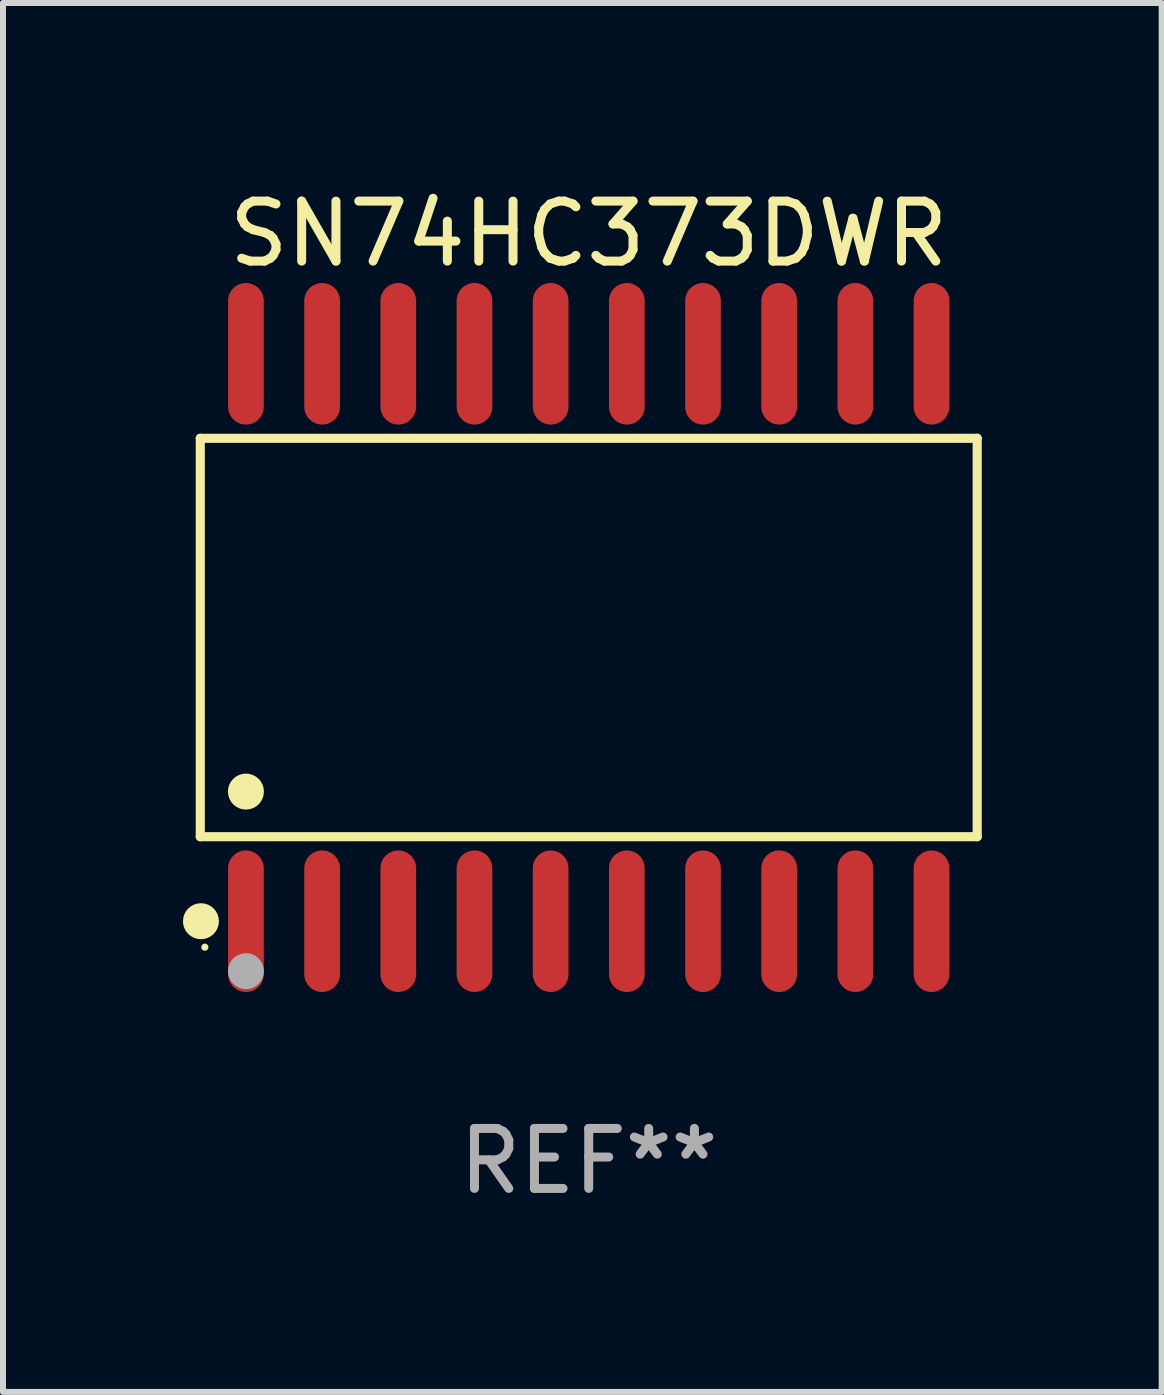
<source format=kicad_pcb>
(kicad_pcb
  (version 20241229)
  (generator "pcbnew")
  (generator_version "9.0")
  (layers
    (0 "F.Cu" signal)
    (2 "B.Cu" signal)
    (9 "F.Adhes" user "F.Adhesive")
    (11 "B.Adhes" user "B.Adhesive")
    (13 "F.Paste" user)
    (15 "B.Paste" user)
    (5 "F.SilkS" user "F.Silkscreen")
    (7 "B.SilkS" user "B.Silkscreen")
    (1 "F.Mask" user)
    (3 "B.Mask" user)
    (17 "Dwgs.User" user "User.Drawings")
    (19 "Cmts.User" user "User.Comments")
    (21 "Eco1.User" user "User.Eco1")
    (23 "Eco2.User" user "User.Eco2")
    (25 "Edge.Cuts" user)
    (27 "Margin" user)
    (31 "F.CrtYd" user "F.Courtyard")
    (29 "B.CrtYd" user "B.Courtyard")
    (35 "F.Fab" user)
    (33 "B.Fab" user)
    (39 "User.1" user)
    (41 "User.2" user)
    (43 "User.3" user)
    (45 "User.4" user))
  (footprint "SN74HC373DWR"
    (layer "F.Cu")
    (at 6.765 7.578)
    (property "Reference" "SN74HC373DWR" (at 0 -6.73 0) (layer "F.SilkS") (effects (font (size 1 1) (thickness 0.15))))
    (attr through_hole)
    (fp_line (start -6.476 -3.321) (end 6.476 -3.321) (stroke (width 0.152) (type solid)) (layer "F.SilkS"))
    (fp_line (start -6.476 3.321) (end -6.476 -3.321) (stroke (width 0.152) (type solid)) (layer "F.SilkS"))
    (fp_line (start 6.476 -3.321) (end 6.476 3.321) (stroke (width 0.152) (type solid)) (layer "F.SilkS"))
    (fp_line (start 6.476 3.321) (end -6.476 3.321) (stroke (width 0.152) (type solid)) (layer "F.SilkS"))
    (fp_circle (center -6.465 4.73) (end -6.315 4.73) (stroke (width 0.3) (type solid)) (fill no) (layer "F.SilkS"))
    (fp_circle (center -6.4 5.163) (end -6.37 5.163) (stroke (width 0.06) (type solid)) (fill no) (layer "F.SilkS"))
    (fp_circle (center -5.715 2.569) (end -5.565 2.569) (stroke (width 0.3) (type solid)) (fill no) (layer "F.SilkS"))
    (fp_circle (center -5.715 5.563) (end -5.565 5.563) (stroke (width 0.3) (type solid)) (fill no) (layer "F.Fab"))
    (fp_text user "REF**" (at 0 8.73 0) (layer "F.Fab") (effects (font (size 1 1) (thickness 0.15))))
    (pad "1" smd oval (at -5.715 4.73) (size 0.595 2.36) (layers "F.Cu" "F.Mask" "F.Paste"))
    (pad "2" smd oval (at -4.445 4.73) (size 0.595 2.36) (layers "F.Cu" "F.Mask" "F.Paste"))
    (pad "3" smd oval (at -3.175 4.73) (size 0.595 2.36) (layers "F.Cu" "F.Mask" "F.Paste"))
    (pad "4" smd oval (at -1.905 4.73) (size 0.595 2.36) (layers "F.Cu" "F.Mask" "F.Paste"))
    (pad "5" smd oval (at -0.635 4.73) (size 0.595 2.36) (layers "F.Cu" "F.Mask" "F.Paste"))
    (pad "6" smd oval (at 0.635 4.73) (size 0.595 2.36) (layers "F.Cu" "F.Mask" "F.Paste"))
    (pad "7" smd oval (at 1.905 4.73) (size 0.595 2.36) (layers "F.Cu" "F.Mask" "F.Paste"))
    (pad "8" smd oval (at 3.175 4.73) (size 0.595 2.36) (layers "F.Cu" "F.Mask" "F.Paste"))
    (pad "9" smd oval (at 4.445 4.73) (size 0.595 2.36) (layers "F.Cu" "F.Mask" "F.Paste"))
    (pad "10" smd oval (at 5.715 4.73) (size 0.595 2.36) (layers "F.Cu" "F.Mask" "F.Paste"))
    (pad "11" smd oval (at 5.715 -4.73) (size 0.595 2.36) (layers "F.Cu" "F.Mask" "F.Paste"))
    (pad "12" smd oval (at 4.445 -4.73) (size 0.595 2.36) (layers "F.Cu" "F.Mask" "F.Paste"))
    (pad "13" smd oval (at 3.175 -4.73) (size 0.595 2.36) (layers "F.Cu" "F.Mask" "F.Paste"))
    (pad "14" smd oval (at 1.905 -4.73) (size 0.595 2.36) (layers "F.Cu" "F.Mask" "F.Paste"))
    (pad "15" smd oval (at 0.635 -4.73) (size 0.595 2.36) (layers "F.Cu" "F.Mask" "F.Paste"))
    (pad "16" smd oval (at -0.635 -4.73) (size 0.595 2.36) (layers "F.Cu" "F.Mask" "F.Paste"))
    (pad "17" smd oval (at -1.905 -4.73) (size 0.595 2.36) (layers "F.Cu" "F.Mask" "F.Paste"))
    (pad "18" smd oval (at -3.175 -4.73) (size 0.595 2.36) (layers "F.Cu" "F.Mask" "F.Paste"))
    (pad "19" smd oval (at -4.445 -4.73) (size 0.595 2.36) (layers "F.Cu" "F.Mask" "F.Paste"))
    (pad "20" smd oval (at -5.715 -4.73) (size 0.595 2.36) (layers "F.Cu" "F.Mask" "F.Paste")))
  (gr_rect
    (start -3 -3)
    (end 16.317 20.156)
    (stroke (width 0.1) (type default))
    (fill no)
    (layer "Edge.Cuts")))
</source>
